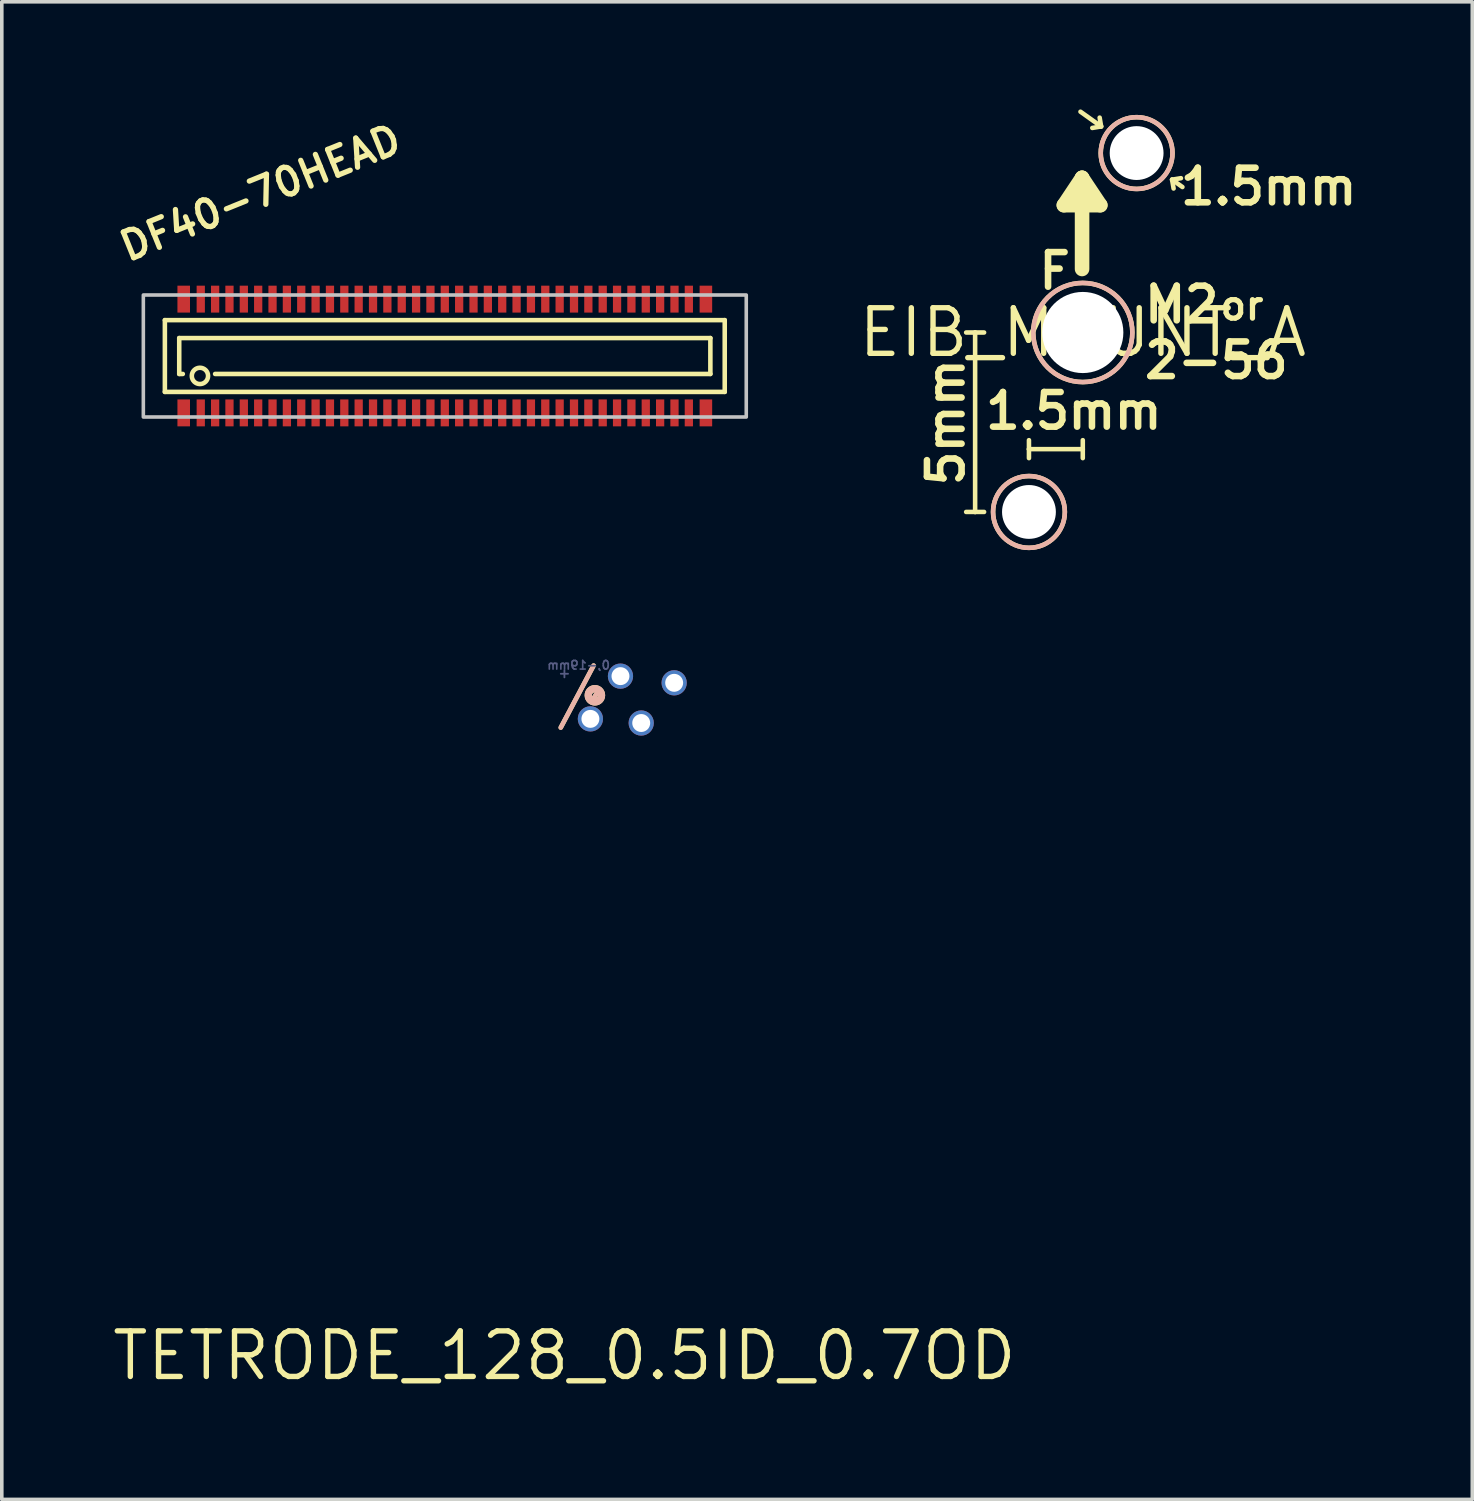
<source format=kicad_pcb>
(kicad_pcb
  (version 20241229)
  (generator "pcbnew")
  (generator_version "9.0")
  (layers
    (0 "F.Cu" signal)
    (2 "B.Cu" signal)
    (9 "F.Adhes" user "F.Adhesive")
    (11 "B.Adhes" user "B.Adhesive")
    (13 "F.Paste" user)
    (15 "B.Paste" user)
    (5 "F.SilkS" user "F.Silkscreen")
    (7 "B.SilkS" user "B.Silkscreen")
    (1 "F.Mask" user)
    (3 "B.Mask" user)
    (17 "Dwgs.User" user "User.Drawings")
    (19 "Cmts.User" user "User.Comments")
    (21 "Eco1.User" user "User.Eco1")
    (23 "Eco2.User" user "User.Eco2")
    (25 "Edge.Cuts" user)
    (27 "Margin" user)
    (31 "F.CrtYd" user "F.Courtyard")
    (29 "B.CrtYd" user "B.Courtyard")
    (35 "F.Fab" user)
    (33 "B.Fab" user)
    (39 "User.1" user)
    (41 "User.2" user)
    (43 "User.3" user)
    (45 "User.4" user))
  (footprint "DF40-70HEAD"
    (layer "F.Cu")
    (at 9.344 6.87)
    (property "Reference" "DF40-70HEAD" (at -8.89 -2.54 22) (layer "F.SilkS") (effects (font (size 0.772 0.772) (thickness 0.147)) (justify left bottom)))
    (attr through_hole)
    (fp_line (start -7.8 -1) (end 7.8 -1) (stroke (width 0.127) (type solid)) (layer "F.SilkS"))
    (fp_line (start -7.8 1) (end -7.8 -1) (stroke (width 0.127) (type solid)) (layer "F.SilkS"))
    (fp_line (start -7.4 -0.5) (end -7.4 0.5) (stroke (width 0.127) (type solid)) (layer "F.SilkS"))
    (fp_line (start -7.4 -0.5) (end 7.4 -0.5) (stroke (width 0.127) (type solid)) (layer "F.SilkS"))
    (fp_line (start -7.4 0.5) (end -7.3 0.5) (stroke (width 0.127) (type solid)) (layer "F.SilkS"))
    (fp_line (start 7.4 -0.5) (end 7.4 0.5) (stroke (width 0.127) (type solid)) (layer "F.SilkS"))
    (fp_line (start 7.4 0.5) (end -6.4 0.5) (stroke (width 0.127) (type solid)) (layer "F.SilkS"))
    (fp_line (start 7.8 -1) (end 7.8 1) (stroke (width 0.127) (type solid)) (layer "F.SilkS"))
    (fp_line (start 7.8 1) (end -7.8 1) (stroke (width 0.127) (type solid)) (layer "F.SilkS"))
    (fp_circle (center -6.823 0.554) (end -6.596 0.554) (stroke (width 0.127) (type solid)) (fill no) (layer "F.SilkS"))
    (fp_poly (pts (xy -8.4 1.7) (xy 8.4 1.7) (xy 8.4 -1.7) (xy -8.4 -1.7)) (stroke (width 0.1) (type solid)) (fill no) (layer "Dwgs.User"))
    (pad "1" smd rect (at -6.8 1.585) (size 0.23 0.75) (layers "F.Cu" "F.Mask" "F.Paste"))
    (pad "2" smd rect (at -6.4 1.585) (size 0.23 0.75) (layers "F.Cu" "F.Mask" "F.Paste"))
    (pad "3" smd rect (at -6 1.585) (size 0.23 0.75) (layers "F.Cu" "F.Mask" "F.Paste"))
    (pad "4" smd rect (at -5.6 1.585) (size 0.23 0.75) (layers "F.Cu" "F.Mask" "F.Paste"))
    (pad "5" smd rect (at -5.2 1.585) (size 0.23 0.75) (layers "F.Cu" "F.Mask" "F.Paste"))
    (pad "6" smd rect (at -4.8 1.585) (size 0.23 0.75) (layers "F.Cu" "F.Mask" "F.Paste"))
    (pad "7" smd rect (at -4.4 1.585) (size 0.23 0.75) (layers "F.Cu" "F.Mask" "F.Paste"))
    (pad "8" smd rect (at -4 1.585) (size 0.23 0.75) (layers "F.Cu" "F.Mask" "F.Paste"))
    (pad "9" smd rect (at -3.6 1.585) (size 0.23 0.75) (layers "F.Cu" "F.Mask" "F.Paste"))
    (pad "10" smd rect (at -3.2 1.585) (size 0.23 0.75) (layers "F.Cu" "F.Mask" "F.Paste"))
    (pad "11" smd rect (at -2.8 1.585) (size 0.23 0.75) (layers "F.Cu" "F.Mask" "F.Paste"))
    (pad "12" smd rect (at -2.4 1.585) (size 0.23 0.75) (layers "F.Cu" "F.Mask" "F.Paste"))
    (pad "13" smd rect (at -2 1.585) (size 0.23 0.75) (layers "F.Cu" "F.Mask" "F.Paste"))
    (pad "14" smd rect (at -1.6 1.585) (size 0.23 0.75) (layers "F.Cu" "F.Mask" "F.Paste"))
    (pad "15" smd rect (at -1.2 1.585) (size 0.23 0.75) (layers "F.Cu" "F.Mask" "F.Paste"))
    (pad "16" smd rect (at -0.8 1.585) (size 0.23 0.75) (layers "F.Cu" "F.Mask" "F.Paste"))
    (pad "17" smd rect (at -0.4 1.585) (size 0.23 0.75) (layers "F.Cu" "F.Mask" "F.Paste"))
    (pad "18" smd rect (at 0 1.585) (size 0.23 0.75) (layers "F.Cu" "F.Mask" "F.Paste"))
    (pad "19" smd rect (at 0.4 1.585) (size 0.23 0.75) (layers "F.Cu" "F.Mask" "F.Paste"))
    (pad "20" smd rect (at 0.8 1.585) (size 0.23 0.75) (layers "F.Cu" "F.Mask" "F.Paste"))
    (pad "21" smd rect (at 1.2 1.585) (size 0.23 0.75) (layers "F.Cu" "F.Mask" "F.Paste"))
    (pad "22" smd rect (at 1.6 1.585) (size 0.23 0.75) (layers "F.Cu" "F.Mask" "F.Paste"))
    (pad "23" smd rect (at 2 1.585) (size 0.23 0.75) (layers "F.Cu" "F.Mask" "F.Paste"))
    (pad "24" smd rect (at 2.4 1.585) (size 0.23 0.75) (layers "F.Cu" "F.Mask" "F.Paste"))
    (pad "25" smd rect (at 2.8 1.585) (size 0.23 0.75) (layers "F.Cu" "F.Mask" "F.Paste"))
    (pad "26" smd rect (at 3.2 1.585) (size 0.23 0.75) (layers "F.Cu" "F.Mask" "F.Paste"))
    (pad "27" smd rect (at 3.6 1.585) (size 0.23 0.75) (layers "F.Cu" "F.Mask" "F.Paste"))
    (pad "28" smd rect (at 4 1.585) (size 0.23 0.75) (layers "F.Cu" "F.Mask" "F.Paste"))
    (pad "29" smd rect (at 4.4 1.585) (size 0.23 0.75) (layers "F.Cu" "F.Mask" "F.Paste"))
    (pad "30" smd rect (at 4.8 1.585) (size 0.23 0.75) (layers "F.Cu" "F.Mask" "F.Paste"))
    (pad "31" smd rect (at 5.2 1.585) (size 0.23 0.75) (layers "F.Cu" "F.Mask" "F.Paste"))
    (pad "32" smd rect (at 5.6 1.585) (size 0.23 0.75) (layers "F.Cu" "F.Mask" "F.Paste"))
    (pad "33" smd rect (at 6 1.585) (size 0.23 0.75) (layers "F.Cu" "F.Mask" "F.Paste"))
    (pad "34" smd rect (at 6.4 1.585) (size 0.23 0.75) (layers "F.Cu" "F.Mask" "F.Paste"))
    (pad "35" smd rect (at 6.8 1.585) (size 0.23 0.75) (layers "F.Cu" "F.Mask" "F.Paste"))
    (pad "36" smd rect (at 6.8 -1.585 180) (size 0.23 0.75) (layers "F.Cu" "F.Mask" "F.Paste"))
    (pad "37" smd rect (at 6.4 -1.585 180) (size 0.23 0.75) (layers "F.Cu" "F.Mask" "F.Paste"))
    (pad "38" smd rect (at 6 -1.585 180) (size 0.23 0.75) (layers "F.Cu" "F.Mask" "F.Paste"))
    (pad "39" smd rect (at 5.6 -1.585 180) (size 0.23 0.75) (layers "F.Cu" "F.Mask" "F.Paste"))
    (pad "40" smd rect (at 5.2 -1.585 180) (size 0.23 0.75) (layers "F.Cu" "F.Mask" "F.Paste"))
    (pad "41" smd rect (at 4.8 -1.585 180) (size 0.23 0.75) (layers "F.Cu" "F.Mask" "F.Paste"))
    (pad "42" smd rect (at 4.4 -1.585 180) (size 0.23 0.75) (layers "F.Cu" "F.Mask" "F.Paste"))
    (pad "43" smd rect (at 4 -1.585 180) (size 0.23 0.75) (layers "F.Cu" "F.Mask" "F.Paste"))
    (pad "44" smd rect (at 3.6 -1.585 180) (size 0.23 0.75) (layers "F.Cu" "F.Mask" "F.Paste"))
    (pad "45" smd rect (at 3.2 -1.585 180) (size 0.23 0.75) (layers "F.Cu" "F.Mask" "F.Paste"))
    (pad "46" smd rect (at 2.8 -1.585 180) (size 0.23 0.75) (layers "F.Cu" "F.Mask" "F.Paste"))
    (pad "47" smd rect (at 2.4 -1.585 180) (size 0.23 0.75) (layers "F.Cu" "F.Mask" "F.Paste"))
    (pad "48" smd rect (at 2 -1.585 180) (size 0.23 0.75) (layers "F.Cu" "F.Mask" "F.Paste"))
    (pad "49" smd rect (at 1.6 -1.585 180) (size 0.23 0.75) (layers "F.Cu" "F.Mask" "F.Paste"))
    (pad "50" smd rect (at 1.2 -1.585 180) (size 0.23 0.75) (layers "F.Cu" "F.Mask" "F.Paste"))
    (pad "51" smd rect (at 0.8 -1.585 180) (size 0.23 0.75) (layers "F.Cu" "F.Mask" "F.Paste"))
    (pad "52" smd rect (at 0.4 -1.585 180) (size 0.23 0.75) (layers "F.Cu" "F.Mask" "F.Paste"))
    (pad "53" smd rect (at 0 -1.585 180) (size 0.23 0.75) (layers "F.Cu" "F.Mask" "F.Paste"))
    (pad "54" smd rect (at -0.4 -1.585 180) (size 0.23 0.75) (layers "F.Cu" "F.Mask" "F.Paste"))
    (pad "55" smd rect (at -0.8 -1.585 180) (size 0.23 0.75) (layers "F.Cu" "F.Mask" "F.Paste"))
    (pad "56" smd rect (at -1.2 -1.585 180) (size 0.23 0.75) (layers "F.Cu" "F.Mask" "F.Paste"))
    (pad "57" smd rect (at -1.6 -1.585 180) (size 0.23 0.75) (layers "F.Cu" "F.Mask" "F.Paste"))
    (pad "58" smd rect (at -2 -1.585 180) (size 0.23 0.75) (layers "F.Cu" "F.Mask" "F.Paste"))
    (pad "59" smd rect (at -2.4 -1.585 180) (size 0.23 0.75) (layers "F.Cu" "F.Mask" "F.Paste"))
    (pad "60" smd rect (at -2.8 -1.585 180) (size 0.23 0.75) (layers "F.Cu" "F.Mask" "F.Paste"))
    (pad "61" smd rect (at -3.2 -1.585 180) (size 0.23 0.75) (layers "F.Cu" "F.Mask" "F.Paste"))
    (pad "62" smd rect (at -3.6 -1.585 180) (size 0.23 0.75) (layers "F.Cu" "F.Mask" "F.Paste"))
    (pad "63" smd rect (at -4 -1.585 180) (size 0.23 0.75) (layers "F.Cu" "F.Mask" "F.Paste"))
    (pad "64" smd rect (at -4.4 -1.585 180) (size 0.23 0.75) (layers "F.Cu" "F.Mask" "F.Paste"))
    (pad "65" smd rect (at -4.8 -1.585 180) (size 0.23 0.75) (layers "F.Cu" "F.Mask" "F.Paste"))
    (pad "66" smd rect (at -5.2 -1.585 180) (size 0.23 0.75) (layers "F.Cu" "F.Mask" "F.Paste"))
    (pad "67" smd rect (at -5.6 -1.585 180) (size 0.23 0.75) (layers "F.Cu" "F.Mask" "F.Paste"))
    (pad "68" smd rect (at -6 -1.585 180) (size 0.23 0.75) (layers "F.Cu" "F.Mask" "F.Paste"))
    (pad "69" smd rect (at -6.4 -1.585 180) (size 0.23 0.75) (layers "F.Cu" "F.Mask" "F.Paste"))
    (pad "70" smd rect (at -6.8 -1.585 180) (size 0.23 0.75) (layers "F.Cu" "F.Mask" "F.Paste"))
    (pad "M1" smd rect (at -7.275 1.585) (size 0.35 0.75) (layers "F.Cu" "F.Mask" "F.Paste"))
    (pad "M2" smd rect (at 7.275 1.585) (size 0.35 0.75) (layers "F.Cu" "F.Mask" "F.Paste"))
    (pad "M3" smd rect (at 7.275 -1.585 180) (size 0.35 0.75) (layers "F.Cu" "F.Mask" "F.Paste"))
    (pad "M4" smd rect (at -7.275 -1.585 180) (size 0.35 0.75) (layers "F.Cu" "F.Mask" "F.Paste")))
  (footprint "TETRODE_128_0.5ID_0.7OD"
    (layer "F.Cu")
    (at 12.677 34.724)
    (property "Reference" "TETRODE_128_0.5ID_0.7OD" (at 0 0 0) (layer "F.SilkS") (effects (font (size 1.27 1.27) (thickness 0.15))))
    (attr through_hole)
    (fp_line (start -0.102 -17.501) (end 0.813 -19.228) (stroke (width 0.127) (type solid)) (layer "F.SilkS"))
    (fp_line (start 0.813 -18.313) (end 0.889 -18.44) (stroke (width 0.127) (type solid)) (layer "F.SilkS"))
    (fp_circle (center 0.849 -18.4) (end 0.932 -18.4) (stroke (width 0.203) (type solid)) (fill no) (layer "F.SilkS"))
    (fp_line (start -0.102 -17.501) (end 0.813 -19.228) (stroke (width 0.127) (type solid)) (layer "B.SilkS"))
    (fp_line (start 0.813 -18.313) (end 0.889 -18.44) (stroke (width 0.127) (type solid)) (layer "B.SilkS"))
    (fp_circle (center 0.849 -18.4) (end 0.932 -18.4) (stroke (width 0.203) (type solid)) (fill no) (layer "B.SilkS"))
    (fp_line (start -0.1 -19) (end 0.1 -19) (stroke (width 0.051) (type solid)) (layer "B.Fab"))
    (fp_line (start 0 -18.9) (end 0 -19.1) (stroke (width 0.051) (type solid)) (layer "B.Fab"))
    (fp_text user "0,-19mm" (at -0.508 -19.381 0) (layer "B.Fab") (effects (font (size 0.241 0.241) (thickness 0.046)) (justify right top mirror)))
    (pad "0" thru_hole circle (at 0.724 -17.743) (size 0.703 0.703) (drill 0.5) (layers "*.Cu" "*.Mask"))
    (pad "1" thru_hole circle (at 1.562 -18.934) (size 0.703 0.703) (drill 0.5) (layers "*.Cu" "*.Mask"))
    (pad "2" thru_hole circle (at 2.14 -17.628) (size 0.703 0.703) (drill 0.5) (layers "*.Cu" "*.Mask"))
    (pad "3" thru_hole circle (at 3.058 -18.748) (size 0.703 0.703) (drill 0.5) (layers "*.Cu" "*.Mask")))
  (footprint "EIB_MOUNT_A"
    (layer "F.Cu")
    (at 27.121 6.215)
    (property "Reference" "EIB_MOUNT_A" (at 0 0 0) (layer "F.SilkS") (effects (font (size 1.27 1.27) (thickness 0.15))))
    (attr through_hole)
    (fp_line (start -3 0) (end -3.25 0) (stroke (width 0.127) (type solid)) (layer "F.SilkS"))
    (fp_line (start -3 0) (end -2.75 0) (stroke (width 0.127) (type solid)) (layer "F.SilkS"))
    (fp_line (start -3 5) (end -3.25 5) (stroke (width 0.127) (type solid)) (layer "F.SilkS"))
    (fp_line (start -3 5) (end -3 0) (stroke (width 0.127) (type solid)) (layer "F.SilkS"))
    (fp_line (start -2.75 5) (end -3 5) (stroke (width 0.127) (type solid)) (layer "F.SilkS"))
    (fp_line (start -1.5 3) (end -1.5 3.25) (stroke (width 0.127) (type solid)) (layer "F.SilkS"))
    (fp_line (start -1.5 3.25) (end 0 3.25) (stroke (width 0.127) (type solid)) (layer "F.SilkS"))
    (fp_line (start -1.5 3.5) (end -1.5 3.25) (stroke (width 0.127) (type solid)) (layer "F.SilkS"))
    (fp_line (start -0.528 -3.548) (end 0.488 -3.548) (stroke (width 0.406) (type solid)) (layer "F.SilkS"))
    (fp_line (start -0.064 -6.152) (end 0.511 -5.741) (stroke (width 0.127) (type solid)) (layer "F.SilkS"))
    (fp_line (start -0.02 -4.31) (end -0.528 -3.548) (stroke (width 0.406) (type solid)) (layer "F.SilkS"))
    (fp_line (start -0.02 -1.77) (end -0.02 -4.31) (stroke (width 0.406) (type solid)) (layer "F.SilkS"))
    (fp_line (start 0 3.25) (end 0 3) (stroke (width 0.127) (type solid)) (layer "F.SilkS"))
    (fp_line (start 0 3.25) (end 0 3.5) (stroke (width 0.127) (type solid)) (layer "F.SilkS"))
    (fp_line (start 0.47 -5.987) (end 0.511 -5.741) (stroke (width 0.127) (type solid)) (layer "F.SilkS"))
    (fp_line (start 0.488 -3.548) (end -0.02 -4.31) (stroke (width 0.406) (type solid)) (layer "F.SilkS"))
    (fp_line (start 0.511 -5.741) (end 0.265 -5.7) (stroke (width 0.127) (type solid)) (layer "F.SilkS"))
    (fp_line (start 2.488 -4.259) (end 2.53 -4.013) (stroke (width 0.127) (type solid)) (layer "F.SilkS"))
    (fp_line (start 2.488 -4.259) (end 2.776 -4.054) (stroke (width 0.127) (type solid)) (layer "F.SilkS"))
    (fp_line (start 2.735 -4.3) (end 2.488 -4.259) (stroke (width 0.127) (type solid)) (layer "F.SilkS"))
    (fp_circle (center -1.5 5) (end -0.5 5) (stroke (width 0.127) (type solid)) (fill no) (layer "F.SilkS"))
    (fp_circle (center 0 0) (end 1.381 0) (stroke (width 0.127) (type solid)) (fill no) (layer "F.SilkS"))
    (fp_circle (center 1.5 -5) (end 2.5 -5) (stroke (width 0.127) (type solid)) (fill no) (layer "F.SilkS"))
    (fp_circle (center -1.5 5) (end -0.5 5) (stroke (width 0.127) (type solid)) (fill no) (layer "B.SilkS"))
    (fp_circle (center 0 0) (end 1.381 0) (stroke (width 0.127) (type solid)) (fill no) (layer "B.SilkS"))
    (fp_circle (center 1.5 -5) (end 2.5 -5) (stroke (width 0.127) (type solid)) (fill no) (layer "B.SilkS"))
    (fp_text user "1.5mm" (at 2.625 -3.5 0) (layer "F.SilkS") (effects (font (size 0.965 0.965) (thickness 0.183)) (justify left bottom)))
    (fp_text user "or" (at 3.75 -0.75 0) (layer "F.SilkS") (effects (font (size 0.772 0.772) (thickness 0.146)) (justify left)))
    (fp_text user "F" (at -0.25 -2.278 0) (layer "F.SilkS") (effects (font (size 0.965 0.965) (thickness 0.183)) (justify right top)))
    (fp_text user "5mm" (at -3.25 2.5 90) (layer "F.SilkS") (effects (font (size 0.965 0.965) (thickness 0.183)) (justify bottom)))
    (fp_text user "M2\n2-56" (at 1.625 0 0) (layer "F.SilkS") (effects (font (size 0.965 0.965) (thickness 0.183)) (justify left)))
    (fp_text user "1.5mm" (at -0.25 2.75 0) (layer "F.SilkS") (effects (font (size 0.965 0.965) (thickness 0.183)) (justify bottom)))
    (pad "" np_thru_hole circle (at -1.5 5) (size 1.5 1.5) (drill 1.5) (layers "*.Cu" "*.Mask"))
    (pad "" np_thru_hole circle (at 0 0) (size 2.261 2.261) (drill 2.261) (layers "*.Cu" "*.Mask"))
    (pad "" np_thru_hole circle (at 1.5 -5) (size 1.5 1.5) (drill 1.5) (layers "*.Cu" "*.Mask")))
  (gr_rect
    (start -3 -3)
    (end 37.974 38.73)
    (stroke (width 0.1) (type default))
    (fill no)
    (layer "Edge.Cuts")))
</source>
